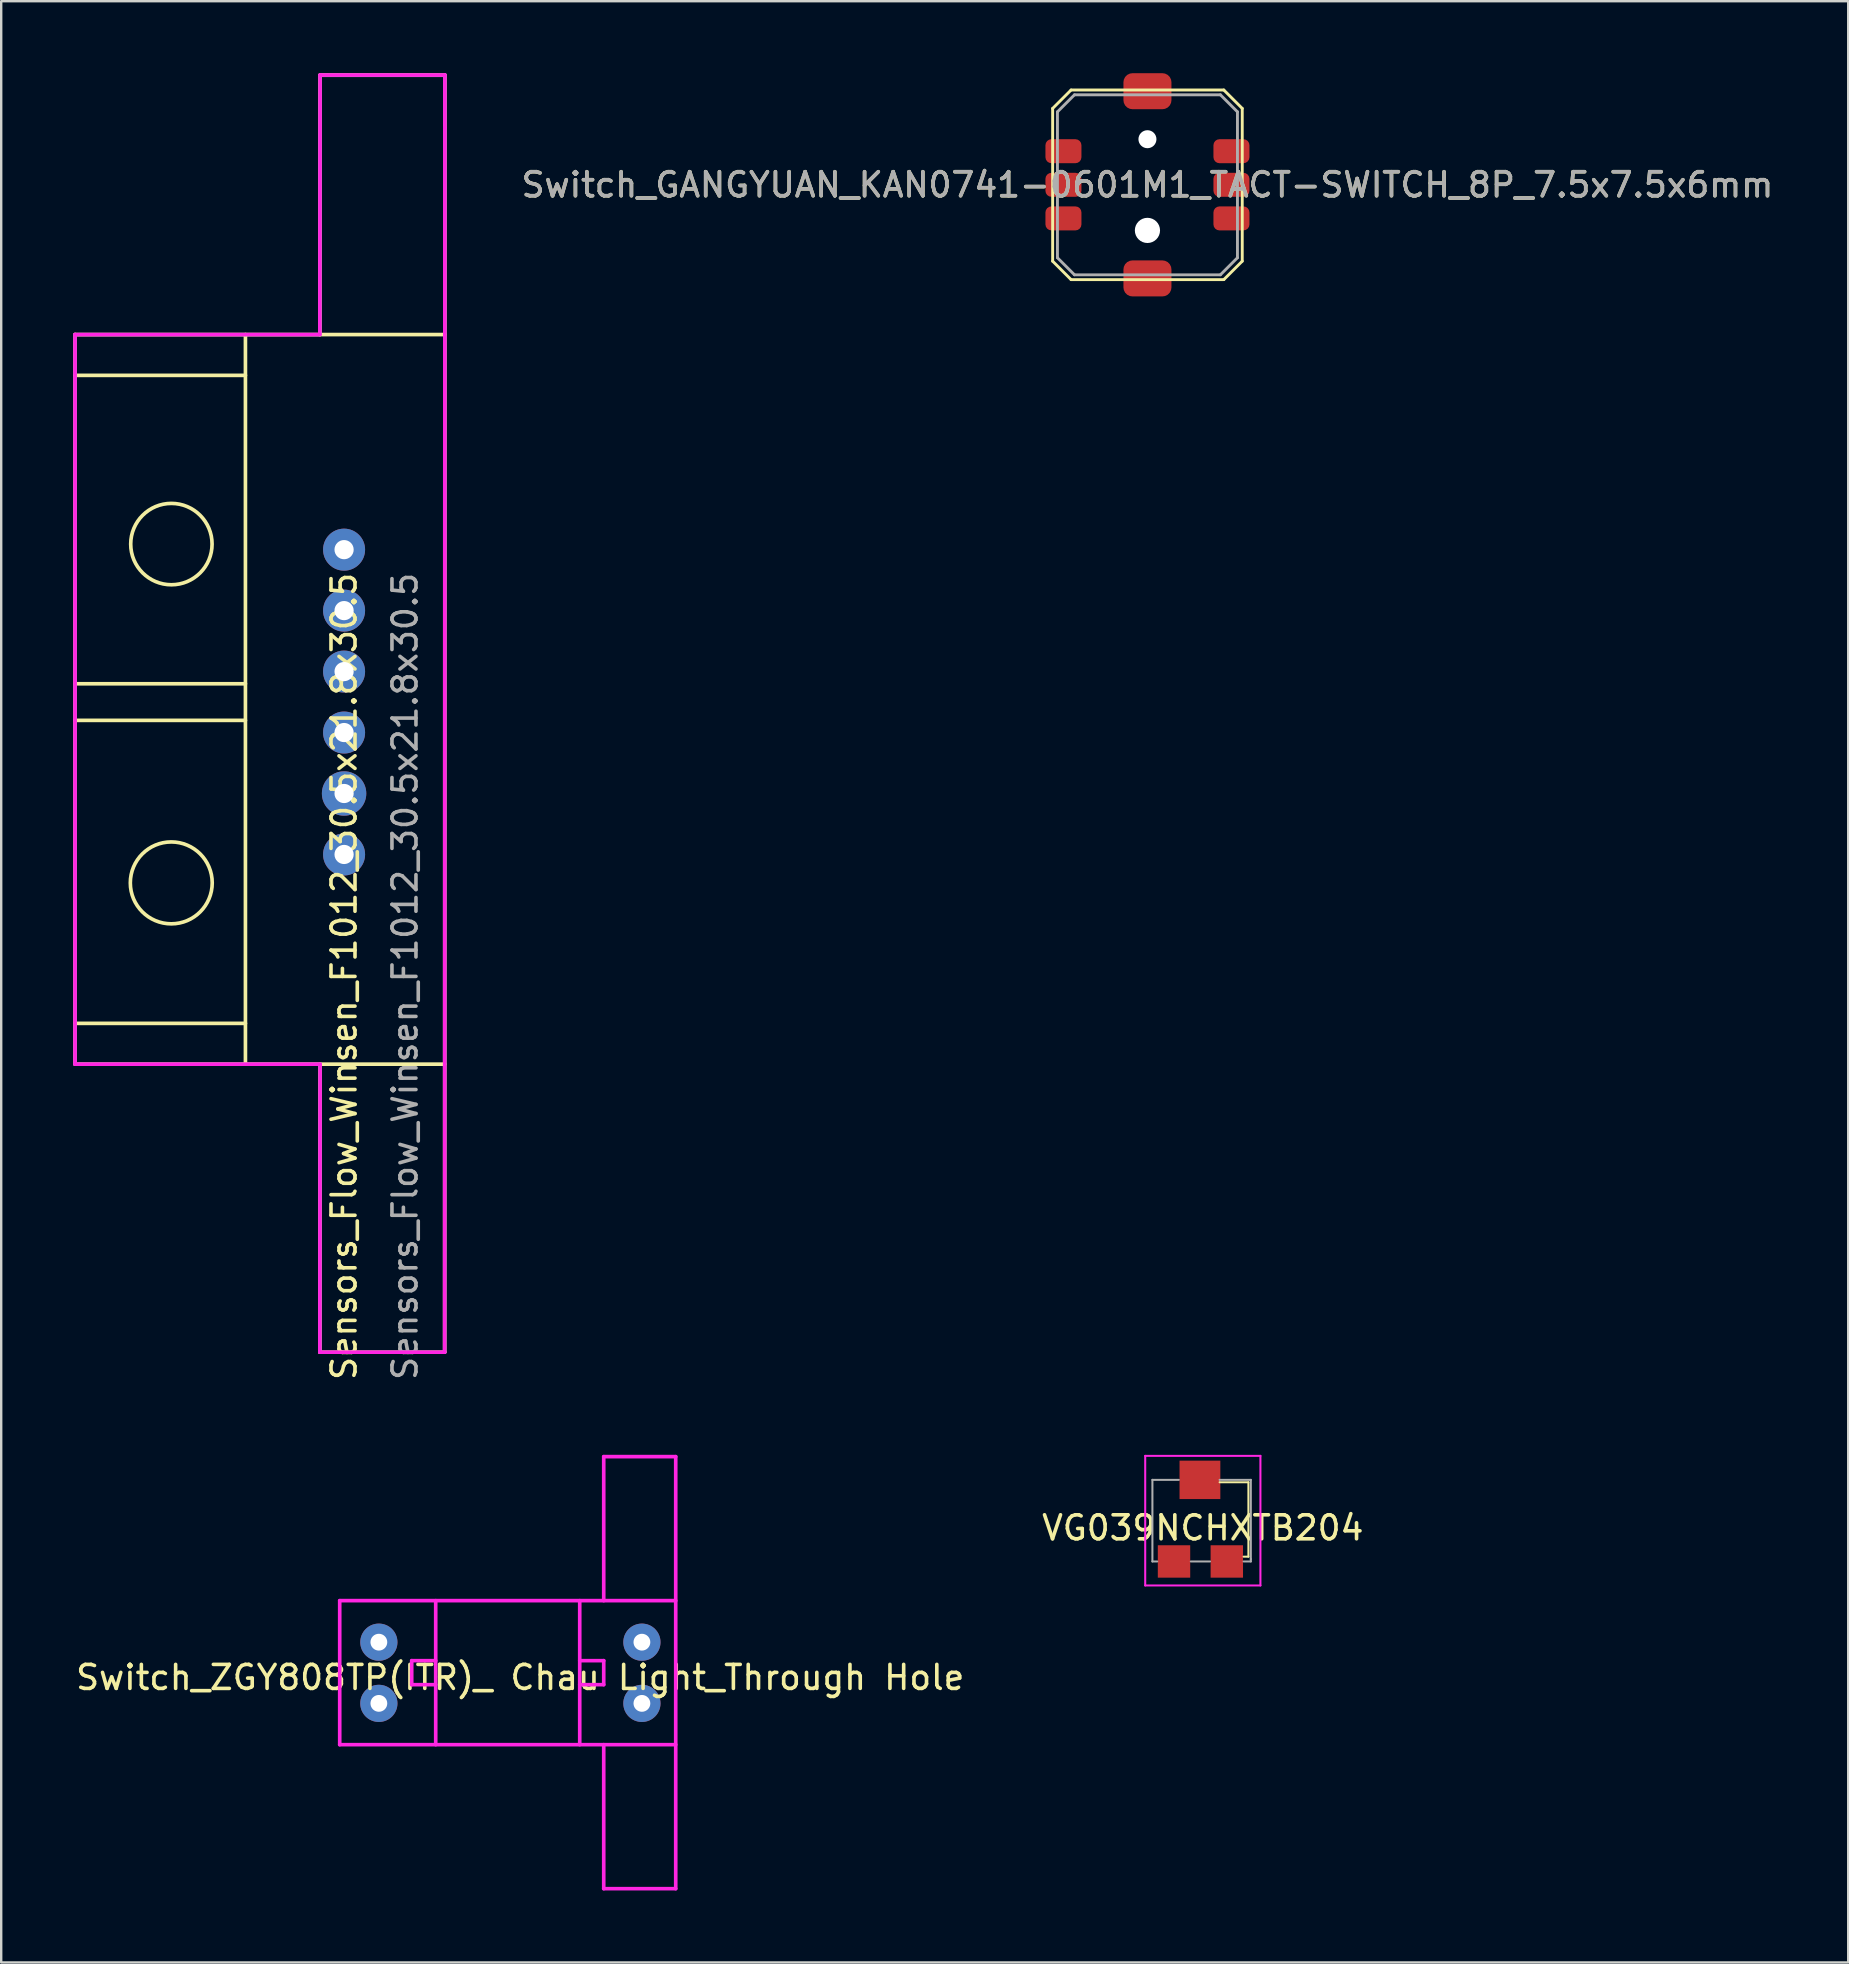
<source format=kicad_pcb>
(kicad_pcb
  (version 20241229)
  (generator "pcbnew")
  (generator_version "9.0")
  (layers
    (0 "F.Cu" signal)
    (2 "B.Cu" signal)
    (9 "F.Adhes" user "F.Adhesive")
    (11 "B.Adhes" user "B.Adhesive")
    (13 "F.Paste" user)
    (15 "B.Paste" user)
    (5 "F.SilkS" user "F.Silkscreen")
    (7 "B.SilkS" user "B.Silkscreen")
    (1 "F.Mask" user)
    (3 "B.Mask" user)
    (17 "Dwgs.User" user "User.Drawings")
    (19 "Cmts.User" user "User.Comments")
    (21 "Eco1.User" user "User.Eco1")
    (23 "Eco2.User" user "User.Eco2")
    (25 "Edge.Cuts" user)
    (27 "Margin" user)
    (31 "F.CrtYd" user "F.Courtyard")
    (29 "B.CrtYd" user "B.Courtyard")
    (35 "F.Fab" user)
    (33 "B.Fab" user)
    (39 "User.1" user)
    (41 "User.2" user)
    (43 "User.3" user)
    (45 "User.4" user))
  (footprint "VG039NCHXTB204"
    (layer "F.Cu")
    (at 46.965 60.608)
    (property "Reference" "VG039NCHXTB204" (at 0.1 0 0) (layer "F.SilkS") (effects (font (size 1 1) (thickness 0.15))))
    (attr through_hole)
    (fp_line (start 0.8 -1.9) (end 2 -1.9) (stroke (width 0.085) (type solid)) (layer "F.SilkS"))
    (fp_line (start 2 -1.9) (end 2 1.2) (stroke (width 0.085) (type solid)) (layer "F.SilkS"))
    (fp_line (start 2 1.2) (end 1.8 1.2) (stroke (width 0.085) (type solid)) (layer "F.SilkS"))
    (fp_line (start -2.3 -3) (end 2.5 -3) (stroke (width 0.085) (type solid)) (layer "F.CrtYd"))
    (fp_line (start -2.3 2.4) (end -2.3 -3) (stroke (width 0.085) (type solid)) (layer "F.CrtYd"))
    (fp_line (start 2.5 -3) (end 2.5 2.4) (stroke (width 0.085) (type solid)) (layer "F.CrtYd"))
    (fp_line (start 2.5 2.4) (end -2.3 2.4) (stroke (width 0.085) (type solid)) (layer "F.CrtYd"))
    (fp_line (start -2 -2) (end -0.9 -2) (stroke (width 0.085) (type solid)) (layer "F.Fab"))
    (fp_line (start -2 1.4) (end -2 -2) (stroke (width 0.085) (type solid)) (layer "F.Fab"))
    (fp_line (start -1.8 1.4) (end -2 1.4) (stroke (width 0.085) (type solid)) (layer "F.Fab"))
    (fp_line (start 0.4 1.4) (end -0.4 1.4) (stroke (width 0.085) (type solid)) (layer "F.Fab"))
    (fp_line (start 0.8 -2) (end 2.1 -2) (stroke (width 0.085) (type solid)) (layer "F.Fab"))
    (fp_line (start 2.1 -2) (end 2.1 1.3) (stroke (width 0.085) (type solid)) (layer "F.Fab"))
    (fp_line (start 2.1 1.3) (end 2.1 1.4) (stroke (width 0.085) (type solid)) (layer "F.Fab"))
    (fp_line (start 2.1 1.4) (end 1.8 1.4) (stroke (width 0.085) (type solid)) (layer "F.Fab"))
    (pad "1" smd rect (at 1.1 1.4) (size 1.35 1.35) (layers "F.Cu" "F.Mask" "F.Paste"))
    (pad "2" smd rect (at -0.02 -2) (size 1.7 1.6) (layers "F.Cu" "F.Mask" "F.Paste"))
    (pad "3" smd rect (at -1.1 1.4) (size 1.35 1.35) (layers "F.Cu" "F.Mask" "F.Paste")))
  (footprint "Switch_GANGYUAN_KAN0741-0601M1_TACT-SWITCH_8P_7.5x7.5x6mm"
    (layer "F.Cu")
    (at 44.758 4.65)
    (property "Reference" "Switch_GANGYUAN_KAN0741-0601M1_TACT-SWITCH_8P_7.5x7.5x6mm" (at 0 0 0) (layer "F.SilkS") (effects (font (size 1 1) (thickness 0.15))))
    (attr through_hole)
    (fp_line (start -3.95 -3.182) (end -3.182 -3.95) (stroke (width 0.12) (type solid)) (layer "F.SilkS"))
    (fp_line (start -3.95 3.182) (end -3.95 -3.182) (stroke (width 0.12) (type solid)) (layer "F.SilkS"))
    (fp_line (start -3.182 -3.95) (end 3.182 -3.95) (stroke (width 0.12) (type solid)) (layer "F.SilkS"))
    (fp_line (start -3.182 3.95) (end -3.95 3.182) (stroke (width 0.12) (type solid)) (layer "F.SilkS"))
    (fp_line (start 3.182 3.95) (end -3.182 3.95) (stroke (width 0.12) (type solid)) (layer "F.SilkS"))
    (fp_line (start 3.182 3.95) (end 3.95 3.182) (stroke (width 0.12) (type solid)) (layer "F.SilkS"))
    (fp_line (start 3.95 -3.182) (end 3.182 -3.95) (stroke (width 0.12) (type solid)) (layer "F.SilkS"))
    (fp_line (start 3.95 -3.182) (end 3.95 3.182) (stroke (width 0.12) (type solid)) (layer "F.SilkS"))
    (fp_line (start -3.75 3.04) (end -3.75 -3.04) (stroke (width 0.12) (type solid)) (layer "F.Fab"))
    (fp_line (start -3.04 -3.75) (end -3.75 -3.04) (stroke (width 0.12) (type solid)) (layer "F.Fab"))
    (fp_line (start -3.04 -3.75) (end 3.04 -3.75) (stroke (width 0.12) (type solid)) (layer "F.Fab"))
    (fp_line (start -3.04 3.75) (end -3.75 3.04) (stroke (width 0.12) (type solid)) (layer "F.Fab"))
    (fp_line (start 3.04 3.75) (end -3.04 3.75) (stroke (width 0.12) (type solid)) (layer "F.Fab"))
    (fp_line (start 3.04 3.75) (end 3.75 3.04) (stroke (width 0.12) (type solid)) (layer "F.Fab"))
    (fp_line (start 3.75 -3.04) (end 3.04 -3.75) (stroke (width 0.12) (type solid)) (layer "F.Fab"))
    (fp_line (start 3.75 -3.04) (end 3.75 3.04) (stroke (width 0.12) (type solid)) (layer "F.Fab"))
    (fp_text user "${REFERENCE}" (at 0 0 0) (layer "F.Fab") (effects (font (size 1 1) (thickness 0.15))))
    (pad "" np_thru_hole circle (at 0 -1.9) (size 0.75 0.75) (drill 0.75) (layers "*.Cu" "*.Mask"))
    (pad "" np_thru_hole circle (at 0 1.9) (size 1.05 1.05) (drill 1.05) (layers "*.Cu" "*.Mask"))
    (pad "1" smd roundrect (at -3.5 -1.4) (size 1.5 1) (layers "F.Cu" "F.Mask" "F.Paste") (roundrect_rratio 0.25))
    (pad "2" smd roundrect (at -3.5 0) (size 1.5 1) (layers "F.Cu" "F.Mask" "F.Paste") (roundrect_rratio 0.25))
    (pad "3" smd roundrect (at -3.5 1.4) (size 1.5 1) (layers "F.Cu" "F.Mask" "F.Paste") (roundrect_rratio 0.25))
    (pad "4" smd roundrect (at 3.5 -1.4) (size 1.5 1) (layers "F.Cu" "F.Mask" "F.Paste") (roundrect_rratio 0.25))
    (pad "5" smd roundrect (at 3.5 0) (size 1.5 1) (layers "F.Cu" "F.Mask" "F.Paste") (roundrect_rratio 0.25))
    (pad "6" smd roundrect (at 3.5 1.4) (size 1.5 1) (layers "F.Cu" "F.Mask" "F.Paste") (roundrect_rratio 0.25))
    (pad "MP" smd roundrect (at 0 -3.9) (size 2 1.5) (layers "F.Cu" "F.Mask" "F.Paste") (roundrect_rratio 0.25))
    (pad "MP" smd roundrect (at 0 3.9) (size 2 1.5) (layers "F.Cu" "F.Mask" "F.Paste") (roundrect_rratio 0.25)))
  (footprint "Sensors_Flow_Winsen_F1012_30.5x21.8x30.5"
    (layer "F.Cu")
    (at 11.286 26.201)
    (property "Reference" "Sensors_Flow_Winsen_F1012_30.5x21.8x30.5" (at 0 11.43 90) (layer "F.SilkS") (effects (font (size 1 1) (thickness 0.15))))
    (attr through_hole)
    (fp_line (start -11.21 -15.312) (end 4.19 -15.312) (stroke (width 0.152) (type solid)) (layer "F.SilkS"))
    (fp_line (start -11.21 -13.612) (end -4.11 -13.612) (stroke (width 0.152) (type solid)) (layer "F.SilkS"))
    (fp_line (start -11.21 -0.762) (end -4.11 -0.762) (stroke (width 0.152) (type solid)) (layer "F.SilkS"))
    (fp_line (start -11.21 0.762) (end -4.11 0.762) (stroke (width 0.152) (type solid)) (layer "F.SilkS"))
    (fp_line (start -11.21 13.388) (end -4.11 13.388) (stroke (width 0.152) (type solid)) (layer "F.SilkS"))
    (fp_line (start -11.21 15.088) (end -11.21 -15.312) (stroke (width 0.152) (type solid)) (layer "F.SilkS"))
    (fp_line (start -4.11 15.088) (end -4.11 -15.312) (stroke (width 0.152) (type solid)) (layer "F.SilkS"))
    (fp_line (start -1.01 -15.312) (end -1 -26.125) (stroke (width 0.152) (type solid)) (layer "F.SilkS"))
    (fp_line (start -1.01 27.088) (end -1 15.088) (stroke (width 0.152) (type solid)) (layer "F.SilkS"))
    (fp_line (start -1 -26.125) (end 4.2 -26.125) (stroke (width 0.152) (type solid)) (layer "F.SilkS"))
    (fp_line (start 4.19 15.088) (end -11.21 15.088) (stroke (width 0.152) (type solid)) (layer "F.SilkS"))
    (fp_line (start 4.19 27.088) (end -1.01 27.088) (stroke (width 0.152) (type solid)) (layer "F.SilkS"))
    (fp_line (start 4.19 27.088) (end 4.2 -23.912) (stroke (width 0.152) (type solid)) (layer "F.SilkS"))
    (fp_line (start 4.2 -23.925) (end 4.2 -26.125) (stroke (width 0.152) (type solid)) (layer "F.SilkS"))
    (fp_circle (center -7.2 7.534) (end -5.76 6.619) (stroke (width 0.152) (type solid)) (fill no) (layer "F.SilkS"))
    (fp_circle (center -7.195 -6.582) (end -5.805 -7.552) (stroke (width 0.152) (type solid)) (fill no) (layer "F.SilkS"))
    (fp_line (start -11.21 -15.312) (end -1.01 -15.312) (stroke (width 0.152) (type solid)) (layer "F.CrtYd"))
    (fp_line (start -11.21 15.088) (end -11.21 -15.312) (stroke (width 0.152) (type solid)) (layer "F.CrtYd"))
    (fp_line (start -1.01 -15.312) (end -1 -26.125) (stroke (width 0.152) (type solid)) (layer "F.CrtYd"))
    (fp_line (start -1.01 27.088) (end -1 15.088) (stroke (width 0.152) (type solid)) (layer "F.CrtYd"))
    (fp_line (start -1 -26.125) (end 4.2 -26.125) (stroke (width 0.152) (type solid)) (layer "F.CrtYd"))
    (fp_line (start -1 15.088) (end -11.21 15.088) (stroke (width 0.152) (type solid)) (layer "F.CrtYd"))
    (fp_line (start 4.19 27.088) (end -1.01 27.088) (stroke (width 0.152) (type solid)) (layer "F.CrtYd"))
    (fp_line (start 4.19 27.088) (end 4.2 -23.912) (stroke (width 0.152) (type solid)) (layer "F.CrtYd"))
    (fp_line (start 4.2 -23.925) (end 4.2 -26.125) (stroke (width 0.152) (type solid)) (layer "F.CrtYd"))
    (fp_line (start -11.2 -15.3) (end -4.1 -15.3) (stroke (width 0.12) (type solid)) (layer "F.Fab"))
    (fp_line (start -11.2 15.1) (end -11.2 -15.3) (stroke (width 0.12) (type solid)) (layer "F.Fab"))
    (fp_line (start -4.1 -15.3) (end -1 -15.3) (stroke (width 0.12) (type solid)) (layer "F.Fab"))
    (fp_line (start -1 -26.1) (end 4.2 -26.1) (stroke (width 0.12) (type solid)) (layer "F.Fab"))
    (fp_line (start -1 -15.3) (end -1 -26.1) (stroke (width 0.12) (type solid)) (layer "F.Fab"))
    (fp_line (start -1 15.1) (end -11.2 15.1) (stroke (width 0.12) (type solid)) (layer "F.Fab"))
    (fp_line (start -1 27.1) (end -1 15.1) (stroke (width 0.12) (type solid)) (layer "F.Fab"))
    (fp_line (start 4.2 -26.1) (end 4.2 27.1) (stroke (width 0.12) (type solid)) (layer "F.Fab"))
    (fp_line (start 4.2 27.1) (end -1 27.1) (stroke (width 0.12) (type solid)) (layer "F.Fab"))
    (fp_text user "${REFERENCE}" (at 2.54 11.43 90) (layer "F.Fab") (effects (font (size 1 1) (thickness 0.15))))
    (pad "1" thru_hole circle (at 0 6.35) (size 1.75 1.75) (drill 0.8) (layers "*.Cu" "*.Mask"))
    (pad "2" thru_hole circle (at 0 3.81) (size 1.85 1.85) (drill 0.8) (layers "*.Cu" "*.Mask"))
    (pad "3" thru_hole circle (at 0 1.27) (size 1.75 1.75) (drill 0.8) (layers "*.Cu" "*.Mask"))
    (pad "4" thru_hole circle (at 0 -1.27) (size 1.75 1.75) (drill 0.8) (layers "*.Cu" "*.Mask"))
    (pad "5" thru_hole circle (at 0 -3.81) (size 1.75 1.75) (drill 0.8) (layers "*.Cu" "*.Mask"))
    (pad "6" thru_hole circle (at 0 -6.35) (size 1.75 1.75) (drill 0.8) (layers "*.Cu" "*.Mask")))
  (footprint "Switch_ZGY808TP(ITR)_ Chau Light_Through Hole"
    (layer "F.Cu")
    (at 18.625 66.341)
    (property "Reference" "Switch_ZGY808TP(ITR)_ Chau Light_Through Hole" (at 0 0.5 0) (layer "F.SilkS") (effects (font (size 1 1) (thickness 0.15))))
    (attr through_hole)
    (fp_line (start -7.521 -2.7) (end -7.521 3.3) (stroke (width 0.152) (type solid)) (layer "F.CrtYd"))
    (fp_line (start -4.521 -0.2) (end -4.521 0.8) (stroke (width 0.152) (type solid)) (layer "F.CrtYd"))
    (fp_line (start -4.521 0.8) (end -3.521 0.8) (stroke (width 0.152) (type solid)) (layer "F.CrtYd"))
    (fp_line (start -3.521 -2.7) (end -3.521 3.3) (stroke (width 0.152) (type solid)) (layer "F.CrtYd"))
    (fp_line (start -3.521 -0.2) (end -4.521 -0.2) (stroke (width 0.152) (type solid)) (layer "F.CrtYd"))
    (fp_line (start 2.479 -2.7) (end 2.479 3.3) (stroke (width 0.152) (type solid)) (layer "F.CrtYd"))
    (fp_line (start 2.479 0.8) (end 3.479 0.8) (stroke (width 0.152) (type solid)) (layer "F.CrtYd"))
    (fp_line (start 3.479 -8.7) (end 3.479 -2.7) (stroke (width 0.152) (type solid)) (layer "F.CrtYd"))
    (fp_line (start 3.479 -8.7) (end 6.479 -8.7) (stroke (width 0.152) (type solid)) (layer "F.CrtYd"))
    (fp_line (start 3.479 -0.2) (end 2.479 -0.2) (stroke (width 0.152) (type solid)) (layer "F.CrtYd"))
    (fp_line (start 3.479 0.8) (end 3.479 -0.2) (stroke (width 0.152) (type solid)) (layer "F.CrtYd"))
    (fp_line (start 3.479 3.3) (end 3.479 9.3) (stroke (width 0.152) (type solid)) (layer "F.CrtYd"))
    (fp_line (start 3.479 9.3) (end 6.479 9.3) (stroke (width 0.152) (type solid)) (layer "F.CrtYd"))
    (fp_line (start 6.479 -8.7) (end 6.479 9.3) (stroke (width 0.152) (type solid)) (layer "F.CrtYd"))
    (fp_line (start 6.479 -2.7) (end -7.521 -2.7) (stroke (width 0.152) (type solid)) (layer "F.CrtYd"))
    (fp_line (start 6.479 3.3) (end -7.521 3.3) (stroke (width 0.152) (type solid)) (layer "F.CrtYd"))
    (pad "1" thru_hole circle (at -5.89 -0.97) (size 1.55 1.55) (drill 0.7) (layers "*.Cu" "*.Mask"))
    (pad "2" thru_hole circle (at -5.89 1.58) (size 1.55 1.55) (drill 0.7) (layers "*.Cu" "*.Mask"))
    (pad "3" thru_hole circle (at 5.07 1.58) (size 1.55 1.55) (drill 0.7) (layers "*.Cu" "*.Mask"))
    (pad "4" thru_hole circle (at 5.07 -0.97) (size 1.55 1.55) (drill 0.7) (layers "*.Cu" "*.Mask")))
  (gr_rect
    (start -3 -3)
    (end 73.955 78.717)
    (stroke (width 0.1) (type default))
    (fill no)
    (layer "Edge.Cuts")))
</source>
